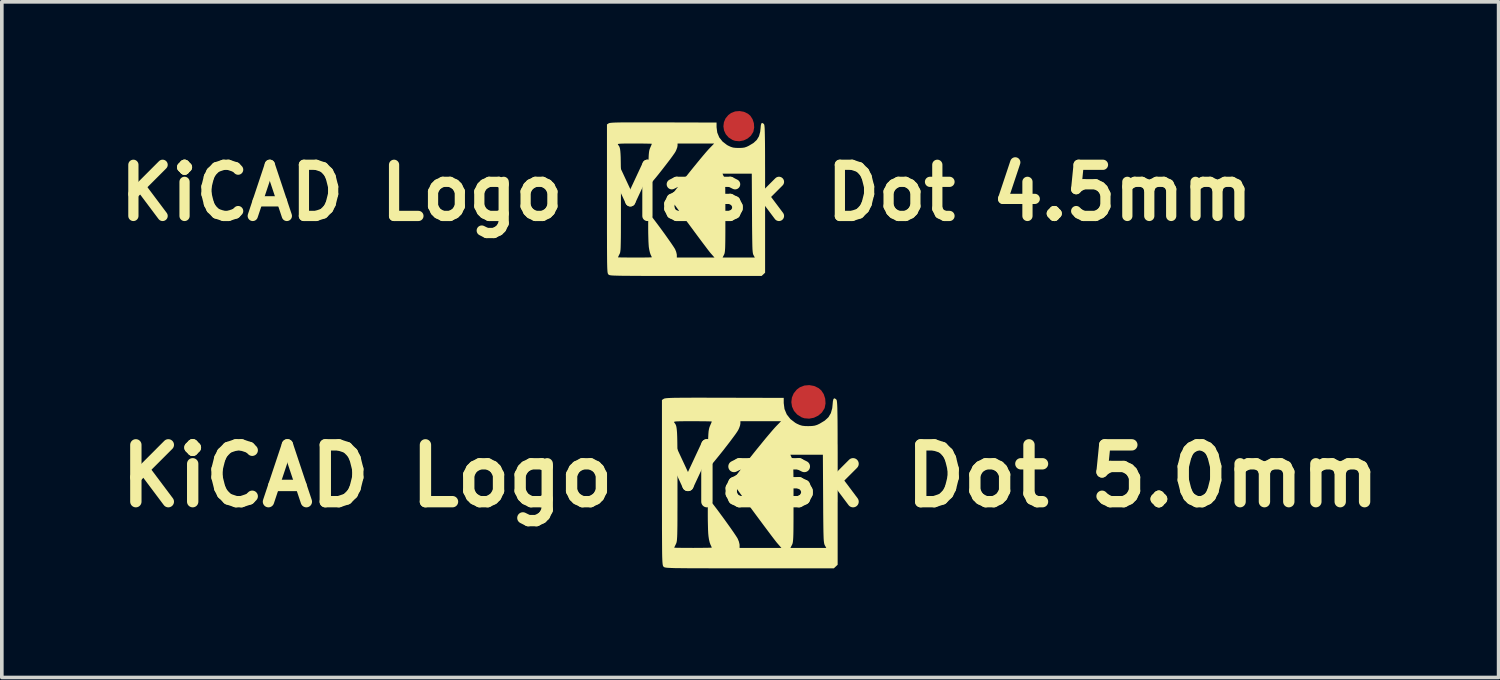
<source format=kicad_pcb>
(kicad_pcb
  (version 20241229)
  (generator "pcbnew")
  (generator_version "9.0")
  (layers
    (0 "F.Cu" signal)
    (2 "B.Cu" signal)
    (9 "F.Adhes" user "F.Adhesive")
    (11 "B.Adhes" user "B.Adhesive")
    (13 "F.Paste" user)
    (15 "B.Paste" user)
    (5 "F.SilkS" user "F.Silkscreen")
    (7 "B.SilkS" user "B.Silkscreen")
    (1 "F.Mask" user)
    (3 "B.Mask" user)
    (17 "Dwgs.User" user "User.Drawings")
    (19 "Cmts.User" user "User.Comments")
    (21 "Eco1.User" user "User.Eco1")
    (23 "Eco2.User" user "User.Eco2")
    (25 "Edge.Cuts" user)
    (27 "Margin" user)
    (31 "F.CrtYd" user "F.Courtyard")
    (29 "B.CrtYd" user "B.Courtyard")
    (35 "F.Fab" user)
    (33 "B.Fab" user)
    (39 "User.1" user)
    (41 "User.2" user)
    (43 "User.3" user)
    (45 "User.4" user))
  (footprint "KiCAD Logo Mask Dot 5.0mm"
    (layer "F.Cu")
    (at 17.568 10.031)
    (property "Reference" "KiCAD Logo Mask Dot 5.0mm" (at 0 0 180) (layer "F.SilkS") (effects (font (size 1.562 1.562) (thickness 0.312))))
    (attr board_only exclude_from_pos_files exclude_from_bom)
    (fp_poly (pts (xy 1.758 -2.473) (xy 1.879 -2.415) (xy 1.952 -2.353) (xy 2.02 -2.25) (xy 2.061 -2.125) (xy 2.07 -1.994) (xy 2.047 -1.872) (xy 2.041 -1.857) (xy 1.97 -1.744) (xy 1.87 -1.658) (xy 1.75 -1.6) (xy 1.619 -1.575) (xy 1.487 -1.586) (xy 1.409 -1.613) (xy 1.289 -1.69) (xy 1.202 -1.79) (xy 1.149 -1.906) (xy 1.13 -2.03) (xy 1.145 -2.154) (xy 1.195 -2.271) (xy 1.28 -2.375) (xy 1.365 -2.438) (xy 1.489 -2.486) (xy 1.624 -2.497)) (stroke (width 0) (type solid)) (fill yes) (layer "F.Cu"))
    (fp_poly (pts (xy 1.753 -2.474) (xy 1.874 -2.417) (xy 1.947 -2.355) (xy 2.016 -2.252) (xy 2.056 -2.127) (xy 2.065 -1.996) (xy 2.042 -1.873) (xy 2.036 -1.858) (xy 1.966 -1.746) (xy 1.865 -1.659) (xy 1.745 -1.601) (xy 1.614 -1.576) (xy 1.482 -1.588) (xy 1.404 -1.615) (xy 1.284 -1.692) (xy 1.198 -1.792) (xy 1.145 -1.907) (xy 1.125 -2.031) (xy 1.14 -2.155) (xy 1.19 -2.273) (xy 1.275 -2.376) (xy 1.361 -2.439) (xy 1.484 -2.487) (xy 1.619 -2.498)) (stroke (width 0) (type solid)) (fill yes) (layer "F.Mask"))
    (fp_poly (pts (xy -1.175 -2.151) (xy -0.886 -2.151) (xy -0.701 -2.15) (xy 0.921 -2.146) (xy 0.921 -2.004) (xy 0.942 -1.84) (xy 1.004 -1.692) (xy 1.104 -1.564) (xy 1.24 -1.46) (xy 1.285 -1.435) (xy 1.361 -1.401) (xy 1.428 -1.381) (xy 1.505 -1.372) (xy 1.595 -1.37) (xy 1.696 -1.373) (xy 1.771 -1.383) (xy 1.839 -1.404) (xy 1.907 -1.436) (xy 2.048 -1.521) (xy 2.15 -1.615) (xy 2.216 -1.726) (xy 2.254 -1.862) (xy 2.264 -1.96) (xy 2.273 -2.058) (xy 2.288 -2.115) (xy 2.311 -2.135) (xy 2.345 -2.119) (xy 2.368 -2.098) (xy 2.374 -2.089) (xy 2.379 -2.072) (xy 2.383 -2.045) (xy 2.387 -2.005) (xy 2.391 -1.949) (xy 2.394 -1.875) (xy 2.396 -1.78) (xy 2.398 -1.662) (xy 2.4 -1.519) (xy 2.401 -1.347) (xy 2.402 -1.144) (xy 2.402 -0.907) (xy 2.403 -0.634) (xy 2.403 -0.323) (xy 2.403 0.03) (xy 2.403 0.189) (xy 2.403 2.44) (xy 2.351 2.489) (xy 2.299 2.538) (xy -0.018 2.538) (xy -0.392 2.538) (xy -0.722 2.538) (xy -1.014 2.538) (xy -1.268 2.537) (xy -1.487 2.537) (xy -1.675 2.536) (xy -1.833 2.535) (xy -1.965 2.533) (xy -2.073 2.532) (xy -2.159 2.529) (xy -2.226 2.526) (xy -2.277 2.523) (xy -2.314 2.519) (xy -2.34 2.514) (xy -2.358 2.509) (xy -2.37 2.503) (xy -2.378 2.496) (xy -2.381 2.493) (xy -2.388 2.485) (xy -2.395 2.475) (xy -2.4 2.459) (xy -2.405 2.436) (xy -2.409 2.403) (xy -2.413 2.357) (xy -2.416 2.295) (xy -2.419 2.215) (xy -2.421 2.115) (xy -2.422 1.991) (xy -2.423 1.841) (xy -2.424 1.662) (xy -2.425 1.452) (xy -2.425 1.208) (xy -2.426 0.928) (xy -2.426 0.608) (xy -2.426 0.247) (xy -2.426 0.18) (xy -2.426 -1.478) (xy -2.094 -1.478) (xy -2.085 -1.466) (xy -2.069 -1.445) (xy -2.055 -1.423) (xy -2.042 -1.397) (xy -2.032 -1.364) (xy -2.024 -1.319) (xy -2.017 -1.261) (xy -2.011 -1.185) (xy -2.007 -1.088) (xy -2.004 -0.968) (xy -2.002 -0.82) (xy -2 -0.642) (xy -1.999 -0.43) (xy -1.999 -0.181) (xy -1.999 0.108) (xy -1.999 0.243) (xy -1.999 0.544) (xy -1.999 0.804) (xy -2 1.025) (xy -2 1.211) (xy -2.001 1.366) (xy -2.003 1.492) (xy -2.005 1.593) (xy -2.008 1.672) (xy -2.012 1.733) (xy -2.016 1.779) (xy -2.022 1.813) (xy -2.028 1.838) (xy -2.036 1.858) (xy -2.044 1.875) (xy -2.071 1.93) (xy -2.087 1.965) (xy -2.089 1.97) (xy -2.067 1.972) (xy -2.007 1.974) (xy -1.915 1.975) (xy -1.796 1.976) (xy -1.658 1.976) (xy -1.572 1.977) (xy -1.425 1.976) (xy -1.295 1.975) (xy -1.186 1.974) (xy -1.107 1.972) (xy -1.063 1.97) (xy -1.056 1.969) (xy -1.065 1.946) (xy -1.087 1.898) (xy -1.092 1.888) (xy -1.114 1.827) (xy -1.134 1.742) (xy -1.147 1.654) (xy -1.154 1.58) (xy -1.159 1.479) (xy -1.162 1.358) (xy -1.165 1.227) (xy -1.166 1.091) (xy -1.166 0.96) (xy -1.165 0.84) (xy -1.163 0.739) (xy -1.159 0.665) (xy -1.153 0.625) (xy -1.151 0.621) (xy -1.134 0.636) (xy -1.095 0.681) (xy -1.038 0.753) (xy -0.967 0.846) (xy -0.885 0.954) (xy -0.798 1.073) (xy -0.708 1.195) (xy -0.62 1.318) (xy -0.537 1.434) (xy -0.464 1.539) (xy -0.404 1.628) (xy -0.361 1.694) (xy -0.343 1.726) (xy -0.312 1.802) (xy -0.294 1.876) (xy -0.292 1.902) (xy -0.292 1.977) (xy 0.283 1.977) (xy 0.857 1.977) (xy 0.734 1.836) (xy 0.703 1.797) (xy 0.648 1.726) (xy 0.574 1.629) (xy 0.485 1.51) (xy 0.383 1.374) (xy 0.273 1.226) (xy 0.158 1.071) (xy 0.042 0.914) (xy -0.072 0.759) (xy -0.18 0.612) (xy -0.278 0.477) (xy -0.363 0.359) (xy -0.432 0.263) (xy -0.481 0.195) (xy -0.503 0.16) (xy -0.493 0.138) (xy -0.458 0.085) (xy -0.401 0.007) (xy -0.325 -0.093) (xy -0.235 -0.21) (xy -0.133 -0.341) (xy -0.024 -0.479) (xy 0.06 -0.584) (xy 1.103 -0.584) (xy 1.146 -0.489) (xy 1.156 -0.465) (xy 1.164 -0.438) (xy 1.171 -0.404) (xy 1.177 -0.359) (xy 1.181 -0.299) (xy 1.184 -0.22) (xy 1.186 -0.118) (xy 1.188 0.012) (xy 1.189 0.173) (xy 1.19 0.369) (xy 1.19 0.604) (xy 1.19 0.708) (xy 1.19 0.96) (xy 1.19 1.171) (xy 1.189 1.345) (xy 1.188 1.486) (xy 1.186 1.598) (xy 1.183 1.685) (xy 1.179 1.751) (xy 1.174 1.8) (xy 1.168 1.837) (xy 1.161 1.864) (xy 1.152 1.886) (xy 1.148 1.893) (xy 1.105 1.977) (xy 1.598 1.977) (xy 2.09 1.977) (xy 2.05 1.904) (xy 2.041 1.885) (xy 2.034 1.86) (xy 2.028 1.827) (xy 2.022 1.78) (xy 2.018 1.717) (xy 2.015 1.633) (xy 2.012 1.525) (xy 2.01 1.389) (xy 2.008 1.221) (xy 2.006 1.018) (xy 2.005 0.776) (xy 2.004 0.623) (xy 1.997 -0.584) (xy 1.55 -0.584) (xy 1.103 -0.584) (xy 0.06 -0.584) (xy 0.09 -0.622) (xy 0.205 -0.765) (xy 0.318 -0.903) (xy 0.424 -1.033) (xy 0.522 -1.149) (xy 0.606 -1.248) (xy 0.674 -1.325) (xy 0.71 -1.364) (xy 0.848 -1.505) (xy 0.289 -1.505) (xy -0.27 -1.505) (xy -0.27 -1.44) (xy -0.28 -1.384) (xy -0.307 -1.31) (xy -0.331 -1.26) (xy -0.362 -1.21) (xy -0.414 -1.135) (xy -0.483 -1.042) (xy -0.563 -0.935) (xy -0.652 -0.82) (xy -0.744 -0.701) (xy -0.837 -0.585) (xy -0.925 -0.476) (xy -1.004 -0.38) (xy -1.071 -0.302) (xy -1.121 -0.247) (xy -1.15 -0.221) (xy -1.154 -0.219) (xy -1.16 -0.244) (xy -1.163 -0.308) (xy -1.166 -0.405) (xy -1.166 -0.529) (xy -1.165 -0.674) (xy -1.163 -0.751) (xy -1.159 -0.92) (xy -1.155 -1.051) (xy -1.15 -1.151) (xy -1.144 -1.225) (xy -1.135 -1.281) (xy -1.124 -1.326) (xy -1.11 -1.365) (xy -1.104 -1.379) (xy -1.077 -1.442) (xy -1.059 -1.485) (xy -1.056 -1.496) (xy -1.077 -1.499) (xy -1.137 -1.501) (xy -1.23 -1.503) (xy -1.349 -1.504) (xy -1.488 -1.505) (xy -1.587 -1.505) (xy -1.754 -1.505) (xy -1.882 -1.504) (xy -1.975 -1.502) (xy -2.037 -1.499) (xy -2.074 -1.494) (xy -2.092 -1.487) (xy -2.094 -1.478) (xy -2.426 -1.478) (xy -2.426 -2.088) (xy -2.375 -2.121) (xy -2.36 -2.128) (xy -2.336 -2.133) (xy -2.299 -2.138) (xy -2.246 -2.142) (xy -2.174 -2.145) (xy -2.08 -2.148) (xy -1.961 -2.149) (xy -1.814 -2.151) (xy -1.636 -2.151) (xy -1.424 -2.152)) (stroke (width 0) (type solid)) (fill yes) (layer "F.SilkS")))
  (footprint "KiCAD Logo Mask Dot 4.5mm"
    (layer "F.Cu")
    (at 15.814 2.249)
    (property "Reference" "KiCAD Logo Mask Dot 4.5mm" (at 0 0 180) (layer "F.SilkS") (effects (font (size 1.406 1.406) (thickness 0.281))))
    (attr board_only exclude_from_pos_files exclude_from_bom)
    (fp_poly (pts (xy 1.582 -2.226) (xy 1.691 -2.174) (xy 1.757 -2.118) (xy 1.818 -2.025) (xy 1.855 -1.913) (xy 1.863 -1.795) (xy 1.842 -1.685) (xy 1.837 -1.671) (xy 1.773 -1.57) (xy 1.683 -1.492) (xy 1.575 -1.44) (xy 1.457 -1.417) (xy 1.338 -1.428) (xy 1.268 -1.452) (xy 1.16 -1.521) (xy 1.082 -1.611) (xy 1.034 -1.715) (xy 1.017 -1.827) (xy 1.031 -1.939) (xy 1.075 -2.044) (xy 1.152 -2.137) (xy 1.229 -2.194) (xy 1.34 -2.237) (xy 1.462 -2.247)) (stroke (width 0) (type solid)) (fill yes) (layer "F.Cu"))
    (fp_poly (pts (xy 1.578 -2.227) (xy 1.687 -2.175) (xy 1.753 -2.119) (xy 1.814 -2.026) (xy 1.85 -1.914) (xy 1.859 -1.796) (xy 1.838 -1.686) (xy 1.832 -1.672) (xy 1.769 -1.571) (xy 1.679 -1.493) (xy 1.571 -1.441) (xy 1.453 -1.419) (xy 1.334 -1.429) (xy 1.263 -1.453) (xy 1.156 -1.523) (xy 1.078 -1.613) (xy 1.03 -1.717) (xy 1.013 -1.828) (xy 1.026 -1.94) (xy 1.071 -2.046) (xy 1.147 -2.138) (xy 1.224 -2.195) (xy 1.336 -2.239) (xy 1.457 -2.249)) (stroke (width 0) (type solid)) (fill yes) (layer "F.Mask"))
    (fp_poly (pts (xy -1.058 -1.936) (xy -0.798 -1.936) (xy -0.631 -1.935) (xy 0.829 -1.931) (xy 0.829 -1.804) (xy 0.848 -1.656) (xy 0.903 -1.522) (xy 0.994 -1.408) (xy 1.116 -1.314) (xy 1.157 -1.292) (xy 1.225 -1.261) (xy 1.285 -1.243) (xy 1.355 -1.235) (xy 1.435 -1.233) (xy 1.526 -1.235) (xy 1.594 -1.244) (xy 1.655 -1.264) (xy 1.716 -1.293) (xy 1.843 -1.369) (xy 1.935 -1.454) (xy 1.995 -1.554) (xy 2.028 -1.676) (xy 2.038 -1.764) (xy 2.046 -1.852) (xy 2.059 -1.904) (xy 2.08 -1.921) (xy 2.11 -1.907) (xy 2.131 -1.889) (xy 2.136 -1.88) (xy 2.141 -1.865) (xy 2.145 -1.84) (xy 2.149 -1.804) (xy 2.152 -1.754) (xy 2.154 -1.687) (xy 2.156 -1.602) (xy 2.158 -1.496) (xy 2.16 -1.367) (xy 2.161 -1.212) (xy 2.162 -1.029) (xy 2.162 -0.816) (xy 2.163 -0.571) (xy 2.163 -0.291) (xy 2.163 0.027) (xy 2.163 0.17) (xy 2.163 2.196) (xy 2.116 2.24) (xy 2.069 2.284) (xy -0.016 2.284) (xy -0.352 2.284) (xy -0.65 2.284) (xy -0.912 2.284) (xy -1.141 2.284) (xy -1.339 2.283) (xy -1.507 2.282) (xy -1.65 2.281) (xy -1.769 2.28) (xy -1.865 2.278) (xy -1.943 2.276) (xy -2.003 2.274) (xy -2.049 2.271) (xy -2.083 2.267) (xy -2.106 2.263) (xy -2.122 2.258) (xy -2.133 2.252) (xy -2.14 2.246) (xy -2.143 2.244) (xy -2.149 2.237) (xy -2.155 2.227) (xy -2.16 2.213) (xy -2.165 2.193) (xy -2.169 2.163) (xy -2.172 2.121) (xy -2.175 2.066) (xy -2.177 1.994) (xy -2.179 1.903) (xy -2.18 1.792) (xy -2.181 1.657) (xy -2.182 1.496) (xy -2.182 1.307) (xy -2.183 1.087) (xy -2.183 0.835) (xy -2.183 0.547) (xy -2.183 0.222) (xy -2.183 0.162) (xy -2.183 -1.33) (xy -1.884 -1.33) (xy -1.877 -1.319) (xy -1.862 -1.3) (xy -1.849 -1.281) (xy -1.838 -1.257) (xy -1.829 -1.227) (xy -1.821 -1.187) (xy -1.815 -1.135) (xy -1.81 -1.066) (xy -1.806 -0.979) (xy -1.804 -0.871) (xy -1.802 -0.738) (xy -1.8 -0.578) (xy -1.8 -0.387) (xy -1.799 -0.163) (xy -1.799 0.097) (xy -1.799 0.219) (xy -1.799 0.49) (xy -1.799 0.723) (xy -1.8 0.923) (xy -1.8 1.09) (xy -1.801 1.229) (xy -1.803 1.343) (xy -1.805 1.434) (xy -1.807 1.505) (xy -1.81 1.56) (xy -1.815 1.601) (xy -1.819 1.631) (xy -1.825 1.654) (xy -1.832 1.673) (xy -1.84 1.688) (xy -1.864 1.737) (xy -1.878 1.768) (xy -1.88 1.773) (xy -1.861 1.775) (xy -1.807 1.776) (xy -1.723 1.777) (xy -1.617 1.778) (xy -1.492 1.779) (xy -1.415 1.779) (xy -1.283 1.779) (xy -1.165 1.778) (xy -1.068 1.777) (xy -0.996 1.775) (xy -0.957 1.773) (xy -0.95 1.772) (xy -0.958 1.751) (xy -0.978 1.709) (xy -0.983 1.699) (xy -1.002 1.645) (xy -1.02 1.567) (xy -1.033 1.489) (xy -1.038 1.422) (xy -1.043 1.331) (xy -1.046 1.223) (xy -1.049 1.104) (xy -1.05 0.982) (xy -1.05 0.864) (xy -1.049 0.756) (xy -1.046 0.665) (xy -1.043 0.598) (xy -1.038 0.563) (xy -1.036 0.559) (xy -1.02 0.572) (xy -0.985 0.613) (xy -0.934 0.678) (xy -0.87 0.762) (xy -0.797 0.859) (xy -0.718 0.965) (xy -0.637 1.076) (xy -0.558 1.186) (xy -0.484 1.291) (xy -0.418 1.385) (xy -0.364 1.465) (xy -0.325 1.525) (xy -0.309 1.553) (xy -0.281 1.622) (xy -0.265 1.689) (xy -0.263 1.712) (xy -0.263 1.779) (xy 0.254 1.779) (xy 0.772 1.779) (xy 0.661 1.653) (xy 0.632 1.617) (xy 0.583 1.554) (xy 0.517 1.466) (xy 0.436 1.359) (xy 0.345 1.237) (xy 0.246 1.104) (xy 0.143 0.964) (xy 0.038 0.823) (xy -0.064 0.683) (xy -0.162 0.551) (xy -0.25 0.429) (xy -0.327 0.323) (xy -0.389 0.237) (xy -0.433 0.175) (xy -0.453 0.144) (xy -0.444 0.124) (xy -0.412 0.077) (xy -0.361 0.006) (xy -0.293 -0.084) (xy -0.212 -0.189) (xy -0.12 -0.307) (xy -0.021 -0.431) (xy 0.054 -0.526) (xy 0.992 -0.526) (xy 1.031 -0.44) (xy 1.04 -0.418) (xy 1.048 -0.394) (xy 1.054 -0.364) (xy 1.059 -0.323) (xy 1.063 -0.269) (xy 1.066 -0.198) (xy 1.068 -0.106) (xy 1.069 0.011) (xy 1.07 0.155) (xy 1.071 0.332) (xy 1.071 0.544) (xy 1.071 0.638) (xy 1.071 0.864) (xy 1.071 1.054) (xy 1.07 1.211) (xy 1.069 1.338) (xy 1.067 1.438) (xy 1.065 1.517) (xy 1.061 1.576) (xy 1.057 1.62) (xy 1.051 1.653) (xy 1.045 1.677) (xy 1.036 1.697) (xy 1.033 1.704) (xy 0.995 1.779) (xy 1.438 1.779) (xy 1.881 1.779) (xy 1.845 1.713) (xy 1.837 1.696) (xy 1.83 1.674) (xy 1.825 1.644) (xy 1.82 1.602) (xy 1.816 1.545) (xy 1.813 1.469) (xy 1.811 1.372) (xy 1.809 1.25) (xy 1.807 1.099) (xy 1.805 0.916) (xy 1.804 0.699) (xy 1.803 0.561) (xy 1.797 -0.526) (xy 1.395 -0.526) (xy 0.992 -0.526) (xy 0.054 -0.526) (xy 0.081 -0.56) (xy 0.185 -0.689) (xy 0.286 -0.813) (xy 0.382 -0.93) (xy 0.469 -1.034) (xy 0.545 -1.123) (xy 0.607 -1.193) (xy 0.639 -1.227) (xy 0.763 -1.354) (xy 0.26 -1.354) (xy -0.243 -1.354) (xy -0.243 -1.296) (xy -0.252 -1.246) (xy -0.277 -1.179) (xy -0.298 -1.134) (xy -0.326 -1.089) (xy -0.373 -1.022) (xy -0.434 -0.938) (xy -0.507 -0.842) (xy -0.587 -0.738) (xy -0.67 -0.631) (xy -0.753 -0.526) (xy -0.832 -0.428) (xy -0.904 -0.342) (xy -0.964 -0.272) (xy -1.009 -0.222) (xy -1.035 -0.199) (xy -1.039 -0.197) (xy -1.044 -0.22) (xy -1.047 -0.277) (xy -1.049 -0.365) (xy -1.049 -0.476) (xy -1.048 -0.606) (xy -1.047 -0.676) (xy -1.043 -0.828) (xy -1.039 -0.946) (xy -1.035 -1.036) (xy -1.029 -1.103) (xy -1.022 -1.153) (xy -1.012 -1.193) (xy -0.999 -1.228) (xy -0.993 -1.241) (xy -0.969 -1.297) (xy -0.953 -1.336) (xy -0.95 -1.347) (xy -0.969 -1.349) (xy -1.024 -1.351) (xy -1.107 -1.352) (xy -1.214 -1.354) (xy -1.34 -1.354) (xy -1.428 -1.354) (xy -1.579 -1.354) (xy -1.694 -1.354) (xy -1.777 -1.352) (xy -1.833 -1.349) (xy -1.867 -1.345) (xy -1.882 -1.339) (xy -1.884 -1.33) (xy -2.183 -1.33) (xy -2.183 -1.879) (xy -2.137 -1.909) (xy -2.124 -1.915) (xy -2.102 -1.92) (xy -2.069 -1.924) (xy -2.021 -1.928) (xy -1.956 -1.931) (xy -1.872 -1.933) (xy -1.765 -1.935) (xy -1.633 -1.936) (xy -1.473 -1.936) (xy -1.282 -1.936)) (stroke (width 0) (type solid)) (fill yes) (layer "F.SilkS")))
  (gr_rect
    (start -3 -3)
    (end 38.136 15.569)
    (stroke (width 0.1) (type default))
    (fill no)
    (layer "Edge.Cuts")))
</source>
